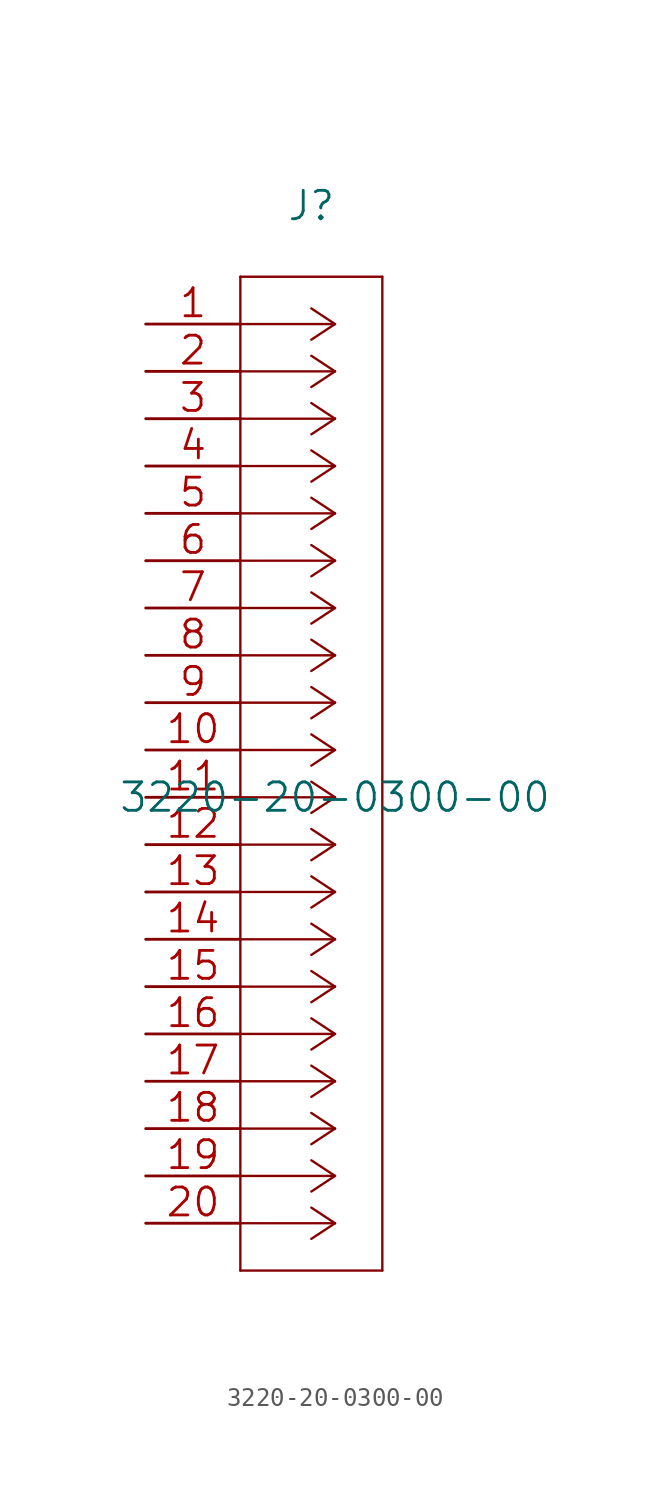
<source format=kicad_sym>
(kicad_symbol_lib
  (version 20211014)
  (generator kicad_symbol_editor)
  (symbol "3220-20-0300-00"
    (pin_names
      (offset 0.254) hide)
    (property "Reference" "J"
      (at 8.89 6.35 0)
      (effects (font (size 1.524 1.524))))
    (property "Value" "3220-20-0300-00"
      (at 10.16 -25.4 0)
      (effects (font (size 1.524 1.524))))
    (property "Datasheet" ""
      (at 0 0 0)
      (effects (font (size 1.524 1.524))))
    (property "ki_locked" ""
      (at 0 0 0)
      (effects (font (size 1.27 1.27))))
    (symbol "3220-20-0300-00_1_1"
      (polyline (pts (xy 5.08 -50.8) (xy 12.7 -50.8)) (stroke (width 0.127) (type default) (color 0 0 0 0)) (fill (type none)))
      (polyline (pts (xy 5.08 2.54) (xy 5.08 -50.8)) (stroke (width 0.127) (type default) (color 0 0 0 0)) (fill (type none)))
      (polyline (pts (xy 10.16 -48.26) (xy 5.08 -48.26)) (stroke (width 0.127) (type default) (color 0 0 0 0)) (fill (type none)))
      (polyline (pts (xy 10.16 -48.26) (xy 8.89 -49.098)) (stroke (width 0.127) (type default) (color 0 0 0 0)) (fill (type none)))
      (polyline (pts (xy 10.16 -48.26) (xy 8.89 -47.422)) (stroke (width 0.127) (type default) (color 0 0 0 0)) (fill (type none)))
      (polyline (pts (xy 10.16 -45.72) (xy 5.08 -45.72)) (stroke (width 0.127) (type default) (color 0 0 0 0)) (fill (type none)))
      (polyline (pts (xy 10.16 -45.72) (xy 8.89 -46.558)) (stroke (width 0.127) (type default) (color 0 0 0 0)) (fill (type none)))
      (polyline (pts (xy 10.16 -45.72) (xy 8.89 -44.882)) (stroke (width 0.127) (type default) (color 0 0 0 0)) (fill (type none)))
      (polyline (pts (xy 10.16 -43.18) (xy 5.08 -43.18)) (stroke (width 0.127) (type default) (color 0 0 0 0)) (fill (type none)))
      (polyline (pts (xy 10.16 -43.18) (xy 8.89 -44.018)) (stroke (width 0.127) (type default) (color 0 0 0 0)) (fill (type none)))
      (polyline (pts (xy 10.16 -43.18) (xy 8.89 -42.342)) (stroke (width 0.127) (type default) (color 0 0 0 0)) (fill (type none)))
      (polyline (pts (xy 10.16 -40.64) (xy 5.08 -40.64)) (stroke (width 0.127) (type default) (color 0 0 0 0)) (fill (type none)))
      (polyline (pts (xy 10.16 -40.64) (xy 8.89 -41.478)) (stroke (width 0.127) (type default) (color 0 0 0 0)) (fill (type none)))
      (polyline (pts (xy 10.16 -40.64) (xy 8.89 -39.802)) (stroke (width 0.127) (type default) (color 0 0 0 0)) (fill (type none)))
      (polyline (pts (xy 10.16 -38.1) (xy 5.08 -38.1)) (stroke (width 0.127) (type default) (color 0 0 0 0)) (fill (type none)))
      (polyline (pts (xy 10.16 -38.1) (xy 8.89 -38.938)) (stroke (width 0.127) (type default) (color 0 0 0 0)) (fill (type none)))
      (polyline (pts (xy 10.16 -38.1) (xy 8.89 -37.262)) (stroke (width 0.127) (type default) (color 0 0 0 0)) (fill (type none)))
      (polyline (pts (xy 10.16 -35.56) (xy 5.08 -35.56)) (stroke (width 0.127) (type default) (color 0 0 0 0)) (fill (type none)))
      (polyline (pts (xy 10.16 -35.56) (xy 8.89 -36.398)) (stroke (width 0.127) (type default) (color 0 0 0 0)) (fill (type none)))
      (polyline (pts (xy 10.16 -35.56) (xy 8.89 -34.722)) (stroke (width 0.127) (type default) (color 0 0 0 0)) (fill (type none)))
      (polyline (pts (xy 10.16 -33.02) (xy 5.08 -33.02)) (stroke (width 0.127) (type default) (color 0 0 0 0)) (fill (type none)))
      (polyline (pts (xy 10.16 -33.02) (xy 8.89 -33.858)) (stroke (width 0.127) (type default) (color 0 0 0 0)) (fill (type none)))
      (polyline (pts (xy 10.16 -33.02) (xy 8.89 -32.182)) (stroke (width 0.127) (type default) (color 0 0 0 0)) (fill (type none)))
      (polyline (pts (xy 10.16 -30.48) (xy 5.08 -30.48)) (stroke (width 0.127) (type default) (color 0 0 0 0)) (fill (type none)))
      (polyline (pts (xy 10.16 -30.48) (xy 8.89 -31.318)) (stroke (width 0.127) (type default) (color 0 0 0 0)) (fill (type none)))
      (polyline (pts (xy 10.16 -30.48) (xy 8.89 -29.642)) (stroke (width 0.127) (type default) (color 0 0 0 0)) (fill (type none)))
      (polyline (pts (xy 10.16 -27.94) (xy 5.08 -27.94)) (stroke (width 0.127) (type default) (color 0 0 0 0)) (fill (type none)))
      (polyline (pts (xy 10.16 -27.94) (xy 8.89 -28.778)) (stroke (width 0.127) (type default) (color 0 0 0 0)) (fill (type none)))
      (polyline (pts (xy 10.16 -27.94) (xy 8.89 -27.102)) (stroke (width 0.127) (type default) (color 0 0 0 0)) (fill (type none)))
      (polyline (pts (xy 10.16 -25.4) (xy 5.08 -25.4)) (stroke (width 0.127) (type default) (color 0 0 0 0)) (fill (type none)))
      (polyline (pts (xy 10.16 -25.4) (xy 8.89 -26.238)) (stroke (width 0.127) (type default) (color 0 0 0 0)) (fill (type none)))
      (polyline (pts (xy 10.16 -25.4) (xy 8.89 -24.562)) (stroke (width 0.127) (type default) (color 0 0 0 0)) (fill (type none)))
      (polyline (pts (xy 10.16 -22.86) (xy 5.08 -22.86)) (stroke (width 0.127) (type default) (color 0 0 0 0)) (fill (type none)))
      (polyline (pts (xy 10.16 -22.86) (xy 8.89 -23.698)) (stroke (width 0.127) (type default) (color 0 0 0 0)) (fill (type none)))
      (polyline (pts (xy 10.16 -22.86) (xy 8.89 -22.022)) (stroke (width 0.127) (type default) (color 0 0 0 0)) (fill (type none)))
      (polyline (pts (xy 10.16 -20.32) (xy 5.08 -20.32)) (stroke (width 0.127) (type default) (color 0 0 0 0)) (fill (type none)))
      (polyline (pts (xy 10.16 -20.32) (xy 8.89 -21.158)) (stroke (width 0.127) (type default) (color 0 0 0 0)) (fill (type none)))
      (polyline (pts (xy 10.16 -20.32) (xy 8.89 -19.482)) (stroke (width 0.127) (type default) (color 0 0 0 0)) (fill (type none)))
      (polyline (pts (xy 10.16 -17.78) (xy 5.08 -17.78)) (stroke (width 0.127) (type default) (color 0 0 0 0)) (fill (type none)))
      (polyline (pts (xy 10.16 -17.78) (xy 8.89 -18.618)) (stroke (width 0.127) (type default) (color 0 0 0 0)) (fill (type none)))
      (polyline (pts (xy 10.16 -17.78) (xy 8.89 -16.942)) (stroke (width 0.127) (type default) (color 0 0 0 0)) (fill (type none)))
      (polyline (pts (xy 10.16 -15.24) (xy 5.08 -15.24)) (stroke (width 0.127) (type default) (color 0 0 0 0)) (fill (type none)))
      (polyline (pts (xy 10.16 -15.24) (xy 8.89 -16.078)) (stroke (width 0.127) (type default) (color 0 0 0 0)) (fill (type none)))
      (polyline (pts (xy 10.16 -15.24) (xy 8.89 -14.402)) (stroke (width 0.127) (type default) (color 0 0 0 0)) (fill (type none)))
      (polyline (pts (xy 10.16 -12.7) (xy 5.08 -12.7)) (stroke (width 0.127) (type default) (color 0 0 0 0)) (fill (type none)))
      (polyline (pts (xy 10.16 -12.7) (xy 8.89 -13.538)) (stroke (width 0.127) (type default) (color 0 0 0 0)) (fill (type none)))
      (polyline (pts (xy 10.16 -12.7) (xy 8.89 -11.862)) (stroke (width 0.127) (type default) (color 0 0 0 0)) (fill (type none)))
      (polyline (pts (xy 10.16 -10.16) (xy 5.08 -10.16)) (stroke (width 0.127) (type default) (color 0 0 0 0)) (fill (type none)))
      (polyline (pts (xy 10.16 -10.16) (xy 8.89 -10.998)) (stroke (width 0.127) (type default) (color 0 0 0 0)) (fill (type none)))
      (polyline (pts (xy 10.16 -10.16) (xy 8.89 -9.322)) (stroke (width 0.127) (type default) (color 0 0 0 0)) (fill (type none)))
      (polyline (pts (xy 10.16 -7.62) (xy 5.08 -7.62)) (stroke (width 0.127) (type default) (color 0 0 0 0)) (fill (type none)))
      (polyline (pts (xy 10.16 -7.62) (xy 8.89 -8.458)) (stroke (width 0.127) (type default) (color 0 0 0 0)) (fill (type none)))
      (polyline (pts (xy 10.16 -7.62) (xy 8.89 -6.782)) (stroke (width 0.127) (type default) (color 0 0 0 0)) (fill (type none)))
      (polyline (pts (xy 10.16 -5.08) (xy 5.08 -5.08)) (stroke (width 0.127) (type default) (color 0 0 0 0)) (fill (type none)))
      (polyline (pts (xy 10.16 -5.08) (xy 8.89 -5.918)) (stroke (width 0.127) (type default) (color 0 0 0 0)) (fill (type none)))
      (polyline (pts (xy 10.16 -5.08) (xy 8.89 -4.242)) (stroke (width 0.127) (type default) (color 0 0 0 0)) (fill (type none)))
      (polyline (pts (xy 10.16 -2.54) (xy 5.08 -2.54)) (stroke (width 0.127) (type default) (color 0 0 0 0)) (fill (type none)))
      (polyline (pts (xy 10.16 -2.54) (xy 8.89 -3.378)) (stroke (width 0.127) (type default) (color 0 0 0 0)) (fill (type none)))
      (polyline (pts (xy 10.16 -2.54) (xy 8.89 -1.702)) (stroke (width 0.127) (type default) (color 0 0 0 0)) (fill (type none)))
      (polyline (pts (xy 10.16 0) (xy 5.08 0)) (stroke (width 0.127) (type default) (color 0 0 0 0)) (fill (type none)))
      (polyline (pts (xy 10.16 0) (xy 8.89 -0.838)) (stroke (width 0.127) (type default) (color 0 0 0 0)) (fill (type none)))
      (polyline (pts (xy 10.16 0) (xy 8.89 0.838)) (stroke (width 0.127) (type default) (color 0 0 0 0)) (fill (type none)))
      (polyline (pts (xy 12.7 -50.8) (xy 12.7 2.54)) (stroke (width 0.127) (type default) (color 0 0 0 0)) (fill (type none)))
      (polyline (pts (xy 12.7 2.54) (xy 5.08 2.54)) (stroke (width 0.127) (type default) (color 0 0 0 0)) (fill (type none)))
      (pin unspecified line (at 0 0 0) (length 5.08) (name "1" (effects (font (size 1.499 1.499)))) (number "1" (effects (font (size 1.499 1.499)))))
      (pin unspecified line (at 0 -22.86 0) (length 5.08) (name "10" (effects (font (size 1.499 1.499)))) (number "10" (effects (font (size 1.499 1.499)))))
      (pin unspecified line (at 0 -25.4 0) (length 5.08) (name "11" (effects (font (size 1.499 1.499)))) (number "11" (effects (font (size 1.499 1.499)))))
      (pin unspecified line (at 0 -27.94 0) (length 5.08) (name "12" (effects (font (size 1.499 1.499)))) (number "12" (effects (font (size 1.499 1.499)))))
      (pin unspecified line (at 0 -30.48 0) (length 5.08) (name "13" (effects (font (size 1.499 1.499)))) (number "13" (effects (font (size 1.499 1.499)))))
      (pin unspecified line (at 0 -33.02 0) (length 5.08) (name "14" (effects (font (size 1.499 1.499)))) (number "14" (effects (font (size 1.499 1.499)))))
      (pin unspecified line (at 0 -35.56 0) (length 5.08) (name "15" (effects (font (size 1.499 1.499)))) (number "15" (effects (font (size 1.499 1.499)))))
      (pin unspecified line (at 0 -38.1 0) (length 5.08) (name "16" (effects (font (size 1.499 1.499)))) (number "16" (effects (font (size 1.499 1.499)))))
      (pin unspecified line (at 0 -40.64 0) (length 5.08) (name "17" (effects (font (size 1.499 1.499)))) (number "17" (effects (font (size 1.499 1.499)))))
      (pin unspecified line (at 0 -43.18 0) (length 5.08) (name "18" (effects (font (size 1.499 1.499)))) (number "18" (effects (font (size 1.499 1.499)))))
      (pin unspecified line (at 0 -45.72 0) (length 5.08) (name "19" (effects (font (size 1.499 1.499)))) (number "19" (effects (font (size 1.499 1.499)))))
      (pin unspecified line (at 0 -2.54 0) (length 5.08) (name "2" (effects (font (size 1.499 1.499)))) (number "2" (effects (font (size 1.499 1.499)))))
      (pin unspecified line (at 0 -48.26 0) (length 5.08) (name "20" (effects (font (size 1.499 1.499)))) (number "20" (effects (font (size 1.499 1.499)))))
      (pin unspecified line (at 0 -5.08 0) (length 5.08) (name "3" (effects (font (size 1.499 1.499)))) (number "3" (effects (font (size 1.499 1.499)))))
      (pin unspecified line (at 0 -7.62 0) (length 5.08) (name "4" (effects (font (size 1.499 1.499)))) (number "4" (effects (font (size 1.499 1.499)))))
      (pin unspecified line (at 0 -10.16 0) (length 5.08) (name "5" (effects (font (size 1.499 1.499)))) (number "5" (effects (font (size 1.499 1.499)))))
      (pin unspecified line (at 0 -12.7 0) (length 5.08) (name "6" (effects (font (size 1.499 1.499)))) (number "6" (effects (font (size 1.499 1.499)))))
      (pin unspecified line (at 0 -15.24 0) (length 5.08) (name "7" (effects (font (size 1.499 1.499)))) (number "7" (effects (font (size 1.499 1.499)))))
      (pin unspecified line (at 0 -17.78 0) (length 5.08) (name "8" (effects (font (size 1.499 1.499)))) (number "8" (effects (font (size 1.499 1.499)))))
      (pin unspecified line (at 0 -20.32 0) (length 5.08) (name "9" (effects (font (size 1.499 1.499)))) (number "9" (effects (font (size 1.499 1.499))))))))
</source>
